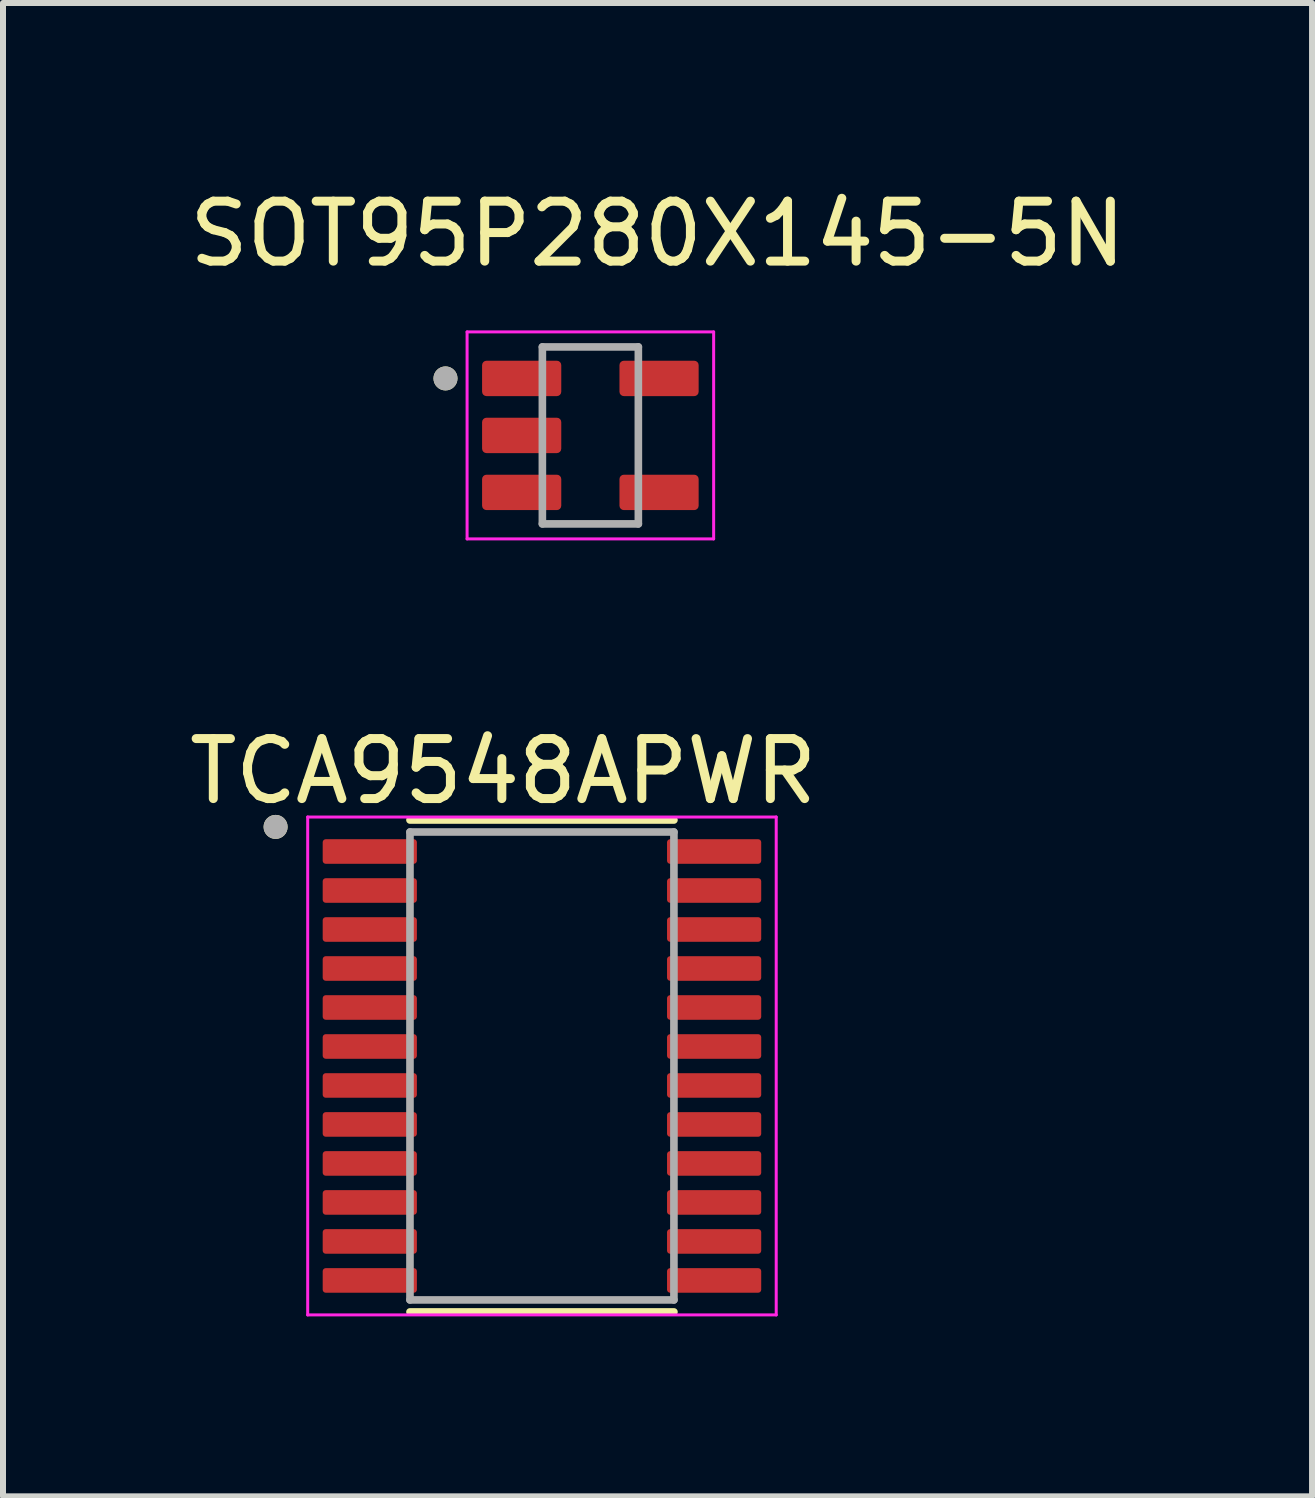
<source format=kicad_pcb>
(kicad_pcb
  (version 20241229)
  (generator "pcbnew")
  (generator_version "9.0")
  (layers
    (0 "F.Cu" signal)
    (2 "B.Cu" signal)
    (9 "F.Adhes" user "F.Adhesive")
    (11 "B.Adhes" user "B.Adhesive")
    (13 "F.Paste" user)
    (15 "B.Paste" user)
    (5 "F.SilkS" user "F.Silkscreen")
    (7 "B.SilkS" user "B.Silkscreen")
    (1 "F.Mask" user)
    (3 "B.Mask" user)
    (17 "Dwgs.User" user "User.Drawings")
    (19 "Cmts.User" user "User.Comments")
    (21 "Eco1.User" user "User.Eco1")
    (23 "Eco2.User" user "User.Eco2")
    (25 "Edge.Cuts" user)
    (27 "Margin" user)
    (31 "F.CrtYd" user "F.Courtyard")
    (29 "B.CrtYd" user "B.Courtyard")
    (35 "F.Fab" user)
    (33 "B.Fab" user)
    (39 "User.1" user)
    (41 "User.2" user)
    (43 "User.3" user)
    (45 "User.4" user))
  (footprint "SOT95P280X145-5N"
    (layer "F.Cu")
    (at 6.791 4.208)
    (property "Reference" "SOT95P280X145-5N" (at 1.12 -3.36 0) (layer "F.SilkS") (effects (font (size 1 1) (thickness 0.15))))
    (attr smd)
    (fp_circle (center -2.415 -0.95) (end -2.315 -0.95) (stroke (width 0.2) (type solid)) (fill no) (layer "F.SilkS"))
    (fp_line (start -2.055 -1.725) (end -2.055 1.725) (stroke (width 0.05) (type solid)) (layer "F.CrtYd"))
    (fp_line (start -2.055 1.725) (end 2.055 1.725) (stroke (width 0.05) (type solid)) (layer "F.CrtYd"))
    (fp_line (start 2.055 -1.725) (end -2.055 -1.725) (stroke (width 0.05) (type solid)) (layer "F.CrtYd"))
    (fp_line (start 2.055 1.725) (end 2.055 -1.725) (stroke (width 0.05) (type solid)) (layer "F.CrtYd"))
    (fp_line (start -0.8 -1.475) (end 0.8 -1.475) (stroke (width 0.127) (type solid)) (layer "F.Fab"))
    (fp_line (start -0.8 1.475) (end -0.8 -1.475) (stroke (width 0.127) (type solid)) (layer "F.Fab"))
    (fp_line (start 0.8 -1.475) (end 0.8 1.475) (stroke (width 0.127) (type solid)) (layer "F.Fab"))
    (fp_line (start 0.8 1.475) (end -0.8 1.475) (stroke (width 0.127) (type solid)) (layer "F.Fab"))
    (fp_circle (center -2.415 -0.95) (end -2.315 -0.95) (stroke (width 0.2) (type solid)) (fill no) (layer "F.Fab"))
    (pad "1" smd roundrect (at -1.145 -0.95) (size 1.32 0.59) (layers "F.Cu" "F.Mask" "F.Paste") (roundrect_rratio 0.125))
    (pad "2" smd roundrect (at -1.145 0) (size 1.32 0.59) (layers "F.Cu" "F.Mask" "F.Paste") (roundrect_rratio 0.125))
    (pad "3" smd roundrect (at -1.145 0.95) (size 1.32 0.59) (layers "F.Cu" "F.Mask" "F.Paste") (roundrect_rratio 0.125))
    (pad "4" smd roundrect (at 1.145 0.95) (size 1.32 0.59) (layers "F.Cu" "F.Mask" "F.Paste") (roundrect_rratio 0.125))
    (pad "5" smd roundrect (at 1.145 -0.95) (size 1.32 0.59) (layers "F.Cu" "F.Mask" "F.Paste") (roundrect_rratio 0.125)))
  (footprint "TCA9548APWR"
    (layer "F.Cu")
    (at 5.984 14.719)
    (property "Reference" "TCA9548APWR" (at -0.645 -4.912 0) (layer "F.SilkS") (effects (font (size 1 1) (thickness 0.15))))
    (attr smd)
    (fp_line (start -2.2 -4.1) (end 2.2 -4.1) (stroke (width 0.127) (type solid)) (layer "F.SilkS"))
    (fp_line (start -2.2 4.1) (end 2.2 4.1) (stroke (width 0.127) (type solid)) (layer "F.SilkS"))
    (fp_circle (center -4.44 -3.985) (end -4.34 -3.985) (stroke (width 0.2) (type solid)) (fill no) (layer "F.SilkS"))
    (fp_line (start -3.905 -4.15) (end -3.905 4.15) (stroke (width 0.05) (type solid)) (layer "F.CrtYd"))
    (fp_line (start -3.905 -4.15) (end 3.905 -4.15) (stroke (width 0.05) (type solid)) (layer "F.CrtYd"))
    (fp_line (start -3.905 4.15) (end 3.905 4.15) (stroke (width 0.05) (type solid)) (layer "F.CrtYd"))
    (fp_line (start 3.905 -4.15) (end 3.905 4.15) (stroke (width 0.05) (type solid)) (layer "F.CrtYd"))
    (fp_line (start -2.2 -3.9) (end -2.2 3.9) (stroke (width 0.127) (type solid)) (layer "F.Fab"))
    (fp_line (start -2.2 -3.9) (end 2.2 -3.9) (stroke (width 0.127) (type solid)) (layer "F.Fab"))
    (fp_line (start -2.2 3.9) (end 2.2 3.9) (stroke (width 0.127) (type solid)) (layer "F.Fab"))
    (fp_line (start 2.2 -3.9) (end 2.2 3.9) (stroke (width 0.127) (type solid)) (layer "F.Fab"))
    (fp_circle (center -4.44 -3.985) (end -4.34 -3.985) (stroke (width 0.2) (type solid)) (fill no) (layer "F.Fab"))
    (pad "1" smd roundrect (at -2.87 -3.575) (size 1.57 0.41) (layers "F.Cu" "F.Mask" "F.Paste") (roundrect_rratio 0.125))
    (pad "2" smd roundrect (at -2.87 -2.925) (size 1.57 0.41) (layers "F.Cu" "F.Mask" "F.Paste") (roundrect_rratio 0.125))
    (pad "3" smd roundrect (at -2.87 -2.275) (size 1.57 0.41) (layers "F.Cu" "F.Mask" "F.Paste") (roundrect_rratio 0.125))
    (pad "4" smd roundrect (at -2.87 -1.625) (size 1.57 0.41) (layers "F.Cu" "F.Mask" "F.Paste") (roundrect_rratio 0.125))
    (pad "5" smd roundrect (at -2.87 -0.975) (size 1.57 0.41) (layers "F.Cu" "F.Mask" "F.Paste") (roundrect_rratio 0.125))
    (pad "6" smd roundrect (at -2.87 -0.325) (size 1.57 0.41) (layers "F.Cu" "F.Mask" "F.Paste") (roundrect_rratio 0.125))
    (pad "7" smd roundrect (at -2.87 0.325) (size 1.57 0.41) (layers "F.Cu" "F.Mask" "F.Paste") (roundrect_rratio 0.125))
    (pad "8" smd roundrect (at -2.87 0.975) (size 1.57 0.41) (layers "F.Cu" "F.Mask" "F.Paste") (roundrect_rratio 0.125))
    (pad "9" smd roundrect (at -2.87 1.625) (size 1.57 0.41) (layers "F.Cu" "F.Mask" "F.Paste") (roundrect_rratio 0.125))
    (pad "10" smd roundrect (at -2.87 2.275) (size 1.57 0.41) (layers "F.Cu" "F.Mask" "F.Paste") (roundrect_rratio 0.125))
    (pad "11" smd roundrect (at -2.87 2.925) (size 1.57 0.41) (layers "F.Cu" "F.Mask" "F.Paste") (roundrect_rratio 0.125))
    (pad "12" smd roundrect (at -2.87 3.575) (size 1.57 0.41) (layers "F.Cu" "F.Mask" "F.Paste") (roundrect_rratio 0.125))
    (pad "13" smd roundrect (at 2.87 3.575) (size 1.57 0.41) (layers "F.Cu" "F.Mask" "F.Paste") (roundrect_rratio 0.125))
    (pad "14" smd roundrect (at 2.87 2.925) (size 1.57 0.41) (layers "F.Cu" "F.Mask" "F.Paste") (roundrect_rratio 0.125))
    (pad "15" smd roundrect (at 2.87 2.275) (size 1.57 0.41) (layers "F.Cu" "F.Mask" "F.Paste") (roundrect_rratio 0.125))
    (pad "16" smd roundrect (at 2.87 1.625) (size 1.57 0.41) (layers "F.Cu" "F.Mask" "F.Paste") (roundrect_rratio 0.125))
    (pad "17" smd roundrect (at 2.87 0.975) (size 1.57 0.41) (layers "F.Cu" "F.Mask" "F.Paste") (roundrect_rratio 0.125))
    (pad "18" smd roundrect (at 2.87 0.325) (size 1.57 0.41) (layers "F.Cu" "F.Mask" "F.Paste") (roundrect_rratio 0.125))
    (pad "19" smd roundrect (at 2.87 -0.325) (size 1.57 0.41) (layers "F.Cu" "F.Mask" "F.Paste") (roundrect_rratio 0.125))
    (pad "20" smd roundrect (at 2.87 -0.975) (size 1.57 0.41) (layers "F.Cu" "F.Mask" "F.Paste") (roundrect_rratio 0.125))
    (pad "21" smd roundrect (at 2.87 -1.625) (size 1.57 0.41) (layers "F.Cu" "F.Mask" "F.Paste") (roundrect_rratio 0.125))
    (pad "22" smd roundrect (at 2.87 -2.275) (size 1.57 0.41) (layers "F.Cu" "F.Mask" "F.Paste") (roundrect_rratio 0.125))
    (pad "23" smd roundrect (at 2.87 -2.925) (size 1.57 0.41) (layers "F.Cu" "F.Mask" "F.Paste") (roundrect_rratio 0.125))
    (pad "24" smd roundrect (at 2.87 -3.575) (size 1.57 0.41) (layers "F.Cu" "F.Mask" "F.Paste") (roundrect_rratio 0.125)))
  (gr_rect
    (start -3 -3)
    (end 18.821 21.893)
    (stroke (width 0.1) (type default))
    (fill no)
    (layer "Edge.Cuts")))
</source>
